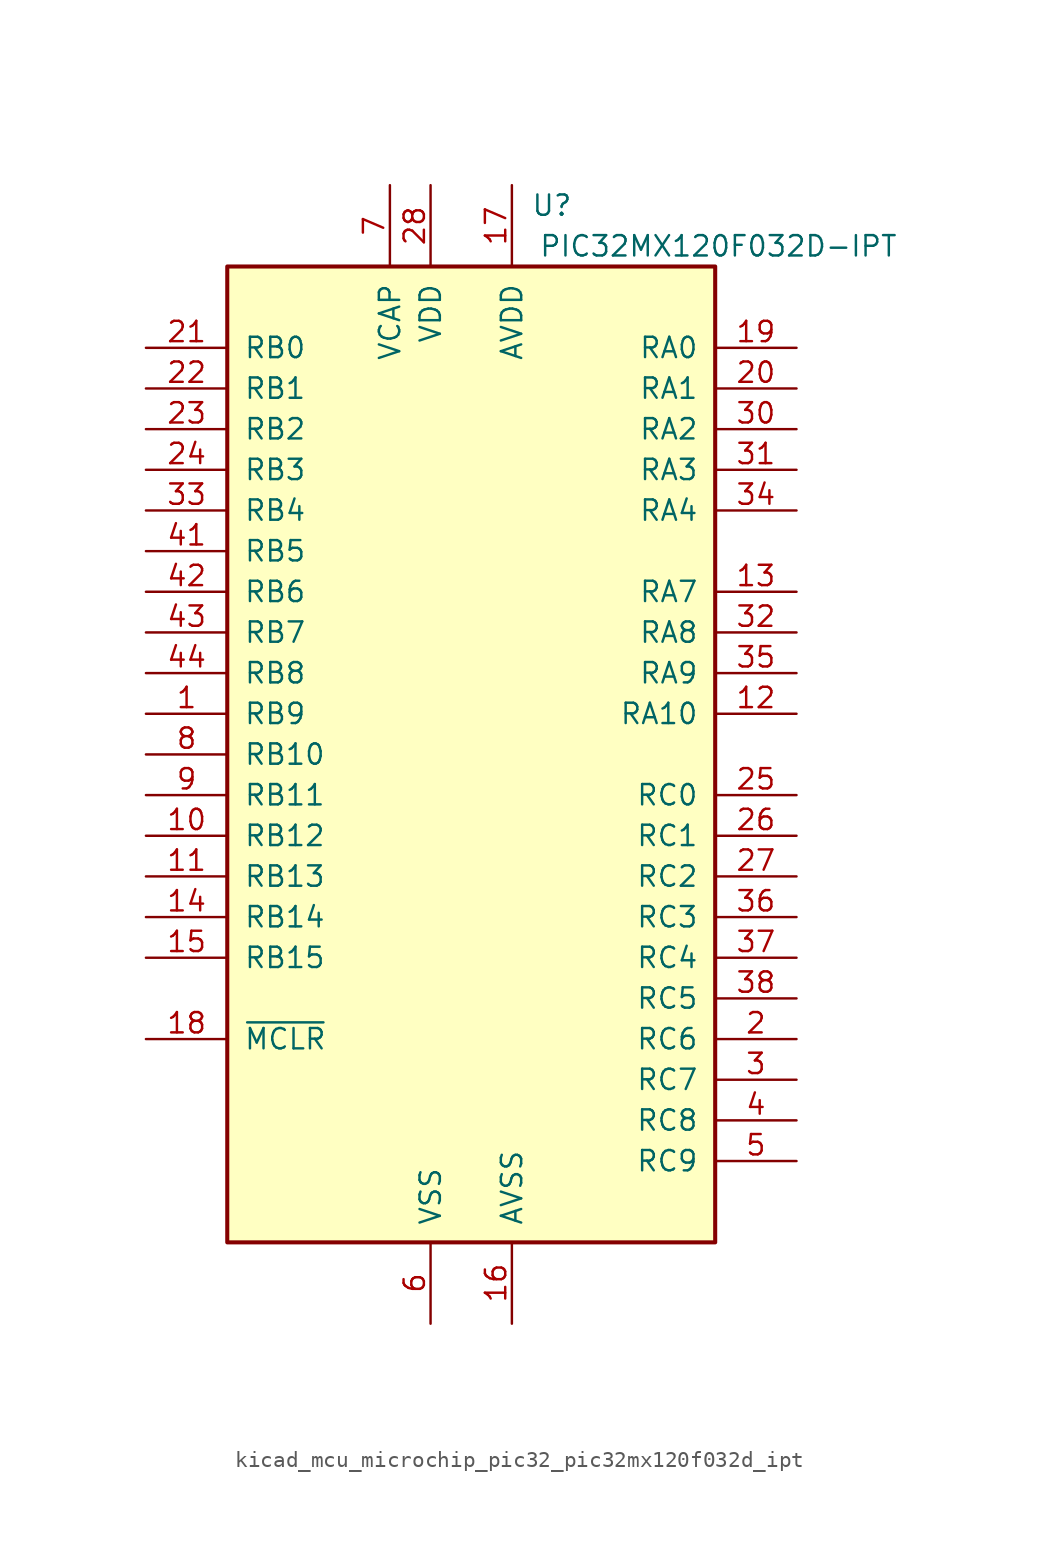
<source format=kicad_sym>
(kicad_symbol_lib
  (version 20220914)
  (generator kicad_symbol_editor)
  (symbol "kicad_mcu_microchip_pic32_pic32mx120f032d_ipt"
    (pin_names
      (offset 1.016))
    (property "Reference" "U"
      (at 6.35 34.29 0)
      (effects (font (size 1.27 1.27)) (justify right)))
    (property "Value" "PIC32MX120F032D-IPT"
      (at 26.67 31.75 0)
      (effects (font (size 1.27 1.27)) (justify right)))
    (symbol "kicad_mcu_microchip_pic32_pic32mx120f032d_ipt_0_1"
      (rectangle (start -15.24 30.48) (end 15.24 -30.48) (stroke (width 0.254) (type default)) (fill (type background))))
    (symbol "kicad_mcu_microchip_pic32_pic32mx120f032d_ipt_1_1"
      (pin bidirectional line (at -20.32 2.54 0) (length 5.08) (name "RB9" (effects (font (size 1.27 1.27)))) (number "1" (effects (font (size 1.27 1.27)))))
      (pin bidirectional line (at -20.32 -5.08 0) (length 5.08) (name "RB12" (effects (font (size 1.27 1.27)))) (number "10" (effects (font (size 1.27 1.27)))))
      (pin bidirectional line (at -20.32 -7.62 0) (length 5.08) (name "RB13" (effects (font (size 1.27 1.27)))) (number "11" (effects (font (size 1.27 1.27)))))
      (pin bidirectional line (at 20.32 2.54 180) (length 5.08) (name "RA10" (effects (font (size 1.27 1.27)))) (number "12" (effects (font (size 1.27 1.27)))))
      (pin bidirectional line (at 20.32 10.16 180) (length 5.08) (name "RA7" (effects (font (size 1.27 1.27)))) (number "13" (effects (font (size 1.27 1.27)))))
      (pin bidirectional line (at -20.32 -10.16 0) (length 5.08) (name "RB14" (effects (font (size 1.27 1.27)))) (number "14" (effects (font (size 1.27 1.27)))))
      (pin bidirectional line (at -20.32 -12.7 0) (length 5.08) (name "RB15" (effects (font (size 1.27 1.27)))) (number "15" (effects (font (size 1.27 1.27)))))
      (pin power_in line (at 2.54 -35.56 90) (length 5.08) (name "AVSS" (effects (font (size 1.27 1.27)))) (number "16" (effects (font (size 1.27 1.27)))))
      (pin power_in line (at 2.54 35.56 270) (length 5.08) (name "AVDD" (effects (font (size 1.27 1.27)))) (number "17" (effects (font (size 1.27 1.27)))))
      (pin input line (at -20.32 -17.78 0) (length 5.08) (name "~{MCLR}" (effects (font (size 1.27 1.27)))) (number "18" (effects (font (size 1.27 1.27)))))
      (pin input line (at 20.32 25.4 180) (length 5.08) (name "RA0" (effects (font (size 1.27 1.27)))) (number "19" (effects (font (size 1.27 1.27)))))
      (pin bidirectional line (at 20.32 -17.78 180) (length 5.08) (name "RC6" (effects (font (size 1.27 1.27)))) (number "2" (effects (font (size 1.27 1.27)))))
      (pin input line (at 20.32 22.86 180) (length 5.08) (name "RA1" (effects (font (size 1.27 1.27)))) (number "20" (effects (font (size 1.27 1.27)))))
      (pin input line (at -20.32 25.4 0) (length 5.08) (name "RB0" (effects (font (size 1.27 1.27)))) (number "21" (effects (font (size 1.27 1.27)))))
      (pin input line (at -20.32 22.86 0) (length 5.08) (name "RB1" (effects (font (size 1.27 1.27)))) (number "22" (effects (font (size 1.27 1.27)))))
      (pin input line (at -20.32 20.32 0) (length 5.08) (name "RB2" (effects (font (size 1.27 1.27)))) (number "23" (effects (font (size 1.27 1.27)))))
      (pin input line (at -20.32 17.78 0) (length 5.08) (name "RB3" (effects (font (size 1.27 1.27)))) (number "24" (effects (font (size 1.27 1.27)))))
      (pin input line (at 20.32 -2.54 180) (length 5.08) (name "RC0" (effects (font (size 1.27 1.27)))) (number "25" (effects (font (size 1.27 1.27)))))
      (pin input line (at 20.32 -5.08 180) (length 5.08) (name "RC1" (effects (font (size 1.27 1.27)))) (number "26" (effects (font (size 1.27 1.27)))))
      (pin input line (at 20.32 -7.62 180) (length 5.08) (name "RC2" (effects (font (size 1.27 1.27)))) (number "27" (effects (font (size 1.27 1.27)))))
      (pin power_in line (at -2.54 35.56 270) (length 5.08) (name "VDD" (effects (font (size 1.27 1.27)))) (number "28" (effects (font (size 1.27 1.27)))))
      (pin passive line (at -2.54 -35.56 90) (length 5.08) hide (name "VSS" (effects (font (size 1.27 1.27)))) (number "29" (effects (font (size 1.27 1.27)))))
      (pin bidirectional line (at 20.32 -20.32 180) (length 5.08) (name "RC7" (effects (font (size 1.27 1.27)))) (number "3" (effects (font (size 1.27 1.27)))))
      (pin input line (at 20.32 20.32 180) (length 5.08) (name "RA2" (effects (font (size 1.27 1.27)))) (number "30" (effects (font (size 1.27 1.27)))))
      (pin input line (at 20.32 17.78 180) (length 5.08) (name "RA3" (effects (font (size 1.27 1.27)))) (number "31" (effects (font (size 1.27 1.27)))))
      (pin input line (at 20.32 7.62 180) (length 5.08) (name "RA8" (effects (font (size 1.27 1.27)))) (number "32" (effects (font (size 1.27 1.27)))))
      (pin input line (at -20.32 15.24 0) (length 5.08) (name "RB4" (effects (font (size 1.27 1.27)))) (number "33" (effects (font (size 1.27 1.27)))))
      (pin input line (at 20.32 15.24 180) (length 5.08) (name "RA4" (effects (font (size 1.27 1.27)))) (number "34" (effects (font (size 1.27 1.27)))))
      (pin input line (at 20.32 5.08 180) (length 5.08) (name "RA9" (effects (font (size 1.27 1.27)))) (number "35" (effects (font (size 1.27 1.27)))))
      (pin input line (at 20.32 -10.16 180) (length 5.08) (name "RC3" (effects (font (size 1.27 1.27)))) (number "36" (effects (font (size 1.27 1.27)))))
      (pin input line (at 20.32 -12.7 180) (length 5.08) (name "RC4" (effects (font (size 1.27 1.27)))) (number "37" (effects (font (size 1.27 1.27)))))
      (pin input line (at 20.32 -15.24 180) (length 5.08) (name "RC5" (effects (font (size 1.27 1.27)))) (number "38" (effects (font (size 1.27 1.27)))))
      (pin passive line (at -2.54 -35.56 90) (length 5.08) hide (name "VSS" (effects (font (size 1.27 1.27)))) (number "39" (effects (font (size 1.27 1.27)))))
      (pin bidirectional line (at 20.32 -22.86 180) (length 5.08) (name "RC8" (effects (font (size 1.27 1.27)))) (number "4" (effects (font (size 1.27 1.27)))))
      (pin passive line (at -2.54 35.56 270) (length 5.08) hide (name "VDD" (effects (font (size 1.27 1.27)))) (number "40" (effects (font (size 1.27 1.27)))))
      (pin input line (at -20.32 12.7 0) (length 5.08) (name "RB5" (effects (font (size 1.27 1.27)))) (number "41" (effects (font (size 1.27 1.27)))))
      (pin input line (at -20.32 10.16 0) (length 5.08) (name "RB6" (effects (font (size 1.27 1.27)))) (number "42" (effects (font (size 1.27 1.27)))))
      (pin input line (at -20.32 7.62 0) (length 5.08) (name "RB7" (effects (font (size 1.27 1.27)))) (number "43" (effects (font (size 1.27 1.27)))))
      (pin input line (at -20.32 5.08 0) (length 5.08) (name "RB8" (effects (font (size 1.27 1.27)))) (number "44" (effects (font (size 1.27 1.27)))))
      (pin bidirectional line (at 20.32 -25.4 180) (length 5.08) (name "RC9" (effects (font (size 1.27 1.27)))) (number "5" (effects (font (size 1.27 1.27)))))
      (pin power_in line (at -2.54 -35.56 90) (length 5.08) (name "VSS" (effects (font (size 1.27 1.27)))) (number "6" (effects (font (size 1.27 1.27)))))
      (pin power_in line (at -5.08 35.56 270) (length 5.08) (name "VCAP" (effects (font (size 1.27 1.27)))) (number "7" (effects (font (size 1.27 1.27)))))
      (pin bidirectional line (at -20.32 0 0) (length 5.08) (name "RB10" (effects (font (size 1.27 1.27)))) (number "8" (effects (font (size 1.27 1.27)))))
      (pin bidirectional line (at -20.32 -2.54 0) (length 5.08) (name "RB11" (effects (font (size 1.27 1.27)))) (number "9" (effects (font (size 1.27 1.27))))))))
</source>
